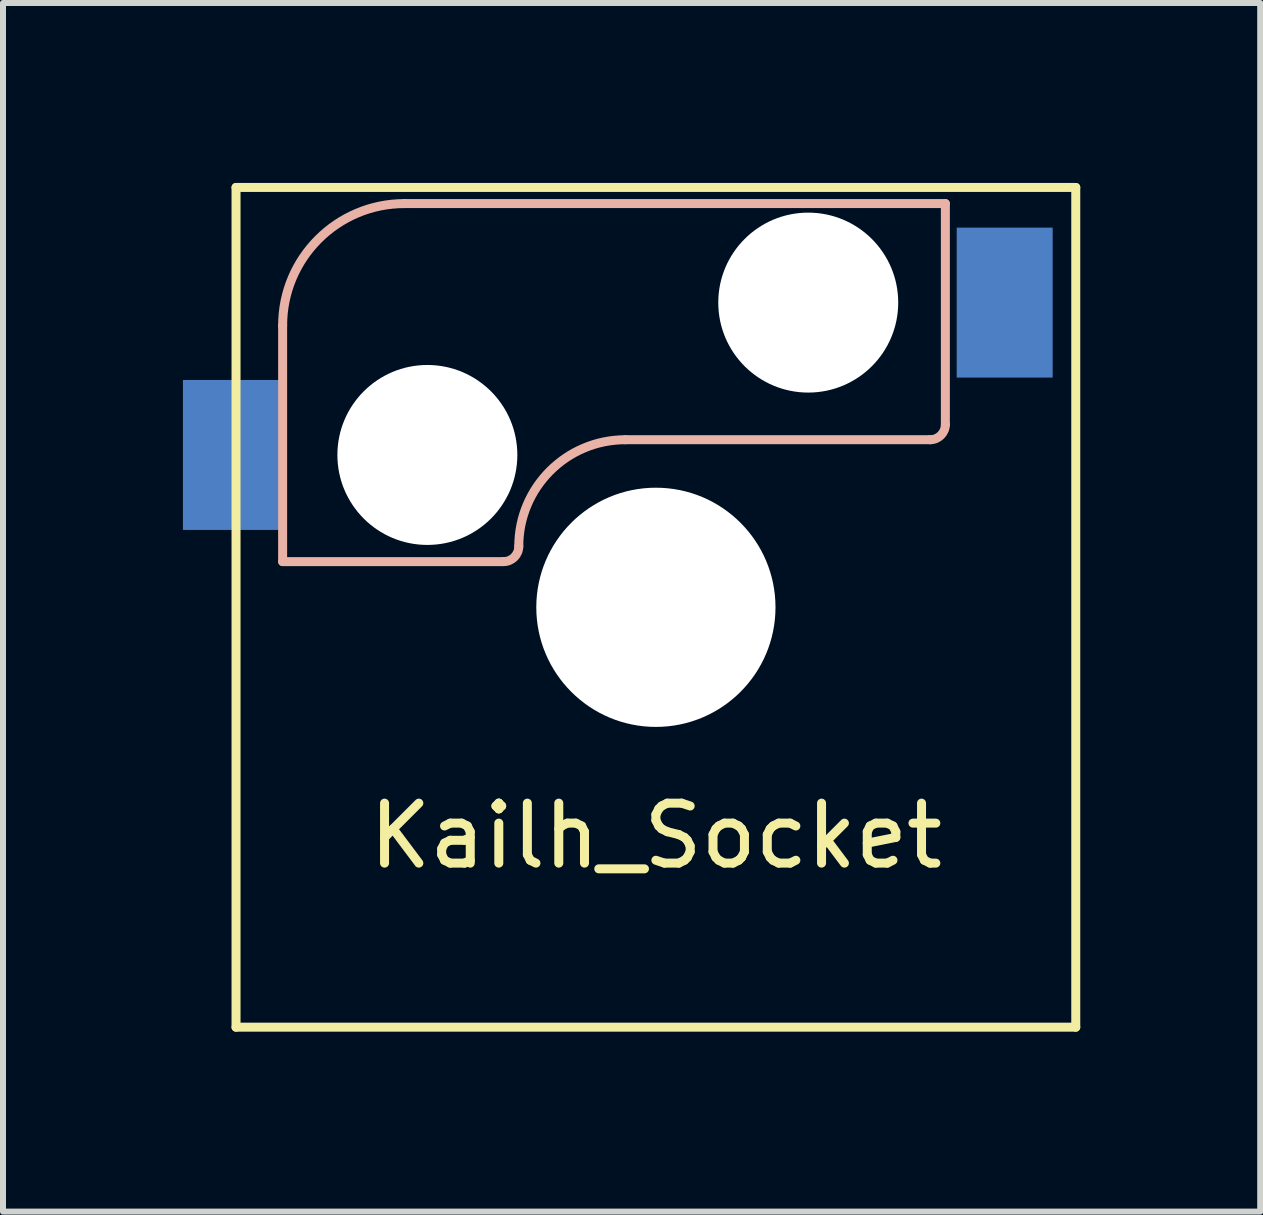
<source format=kicad_pcb>
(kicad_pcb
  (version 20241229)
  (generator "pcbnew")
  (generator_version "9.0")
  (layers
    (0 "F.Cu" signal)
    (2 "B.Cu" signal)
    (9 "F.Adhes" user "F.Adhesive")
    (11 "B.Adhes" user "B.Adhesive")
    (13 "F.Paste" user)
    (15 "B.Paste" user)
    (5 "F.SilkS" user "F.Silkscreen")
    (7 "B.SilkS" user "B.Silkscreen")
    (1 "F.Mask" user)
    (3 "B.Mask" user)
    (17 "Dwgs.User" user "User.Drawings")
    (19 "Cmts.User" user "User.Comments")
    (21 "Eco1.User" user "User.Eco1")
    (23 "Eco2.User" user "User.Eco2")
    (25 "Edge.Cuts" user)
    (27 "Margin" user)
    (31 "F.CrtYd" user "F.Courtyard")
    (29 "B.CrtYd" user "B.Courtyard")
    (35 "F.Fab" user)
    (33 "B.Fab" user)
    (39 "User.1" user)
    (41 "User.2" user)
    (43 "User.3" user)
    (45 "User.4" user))
  (footprint "Kailh_Socket"
    (layer "F.Cu")
    (at 7.885 7.075)
    (property "Reference" "Kailh_Socket" (at 0 3.81 0) (layer "F.SilkS") (effects (font (size 1 1) (thickness 0.15))))
    (attr through_hole)
    (fp_line (start -7 -7) (end 7 -7) (stroke (width 0.15) (type solid)) (layer "F.SilkS"))
    (fp_line (start -7 7) (end -7 -7) (stroke (width 0.15) (type solid)) (layer "F.SilkS"))
    (fp_line (start -7 7) (end 7 7) (stroke (width 0.15) (type solid)) (layer "F.SilkS"))
    (fp_line (start 7 7) (end 7 -7) (stroke (width 0.15) (type solid)) (layer "F.SilkS"))
    (fp_line (start -6.223 -4.699) (end -6.223 -0.762) (stroke (width 0.15) (type solid)) (layer "B.SilkS"))
    (fp_line (start -6.223 -0.762) (end -2.54 -0.762) (stroke (width 0.15) (type solid)) (layer "B.SilkS"))
    (fp_line (start -0.508 -2.794) (end 4.572 -2.794) (stroke (width 0.15) (type solid)) (layer "B.SilkS"))
    (fp_line (start 4.826 -6.731) (end -4.191 -6.731) (stroke (width 0.15) (type solid)) (layer "B.SilkS"))
    (fp_line (start 4.826 -3.048) (end 4.826 -6.731) (stroke (width 0.15) (type solid)) (layer "B.SilkS"))
    (fp_arc (start -6.223 -4.699) (mid -5.627841 -6.135841) (end -4.191 -6.731) (stroke (width 0.15) (type solid)) (layer "B.SilkS"))
    (fp_arc (start -2.286 -1.016) (mid -2.360395 -0.836395) (end -2.54 -0.762) (stroke (width 0.15) (type solid)) (layer "B.SilkS"))
    (fp_arc (start -2.286 -1.016) (mid -1.765236 -2.273236) (end -0.508 -2.794) (stroke (width 0.15) (type solid)) (layer "B.SilkS"))
    (fp_arc (start 4.826 -3.048) (mid 4.751605 -2.868395) (end 4.572 -2.794) (stroke (width 0.15) (type solid)) (layer "B.SilkS"))
    (pad "" np_thru_hole circle (at -3.81 -2.54) (size 3 3) (drill 3) (layers "*.Cu" "*.Mask"))
    (pad "" np_thru_hole circle (at 0 0) (size 3.988 3.988) (drill 3.988) (layers "*.Cu" "*.Mask"))
    (pad "" np_thru_hole circle (at 2.54 -5.08) (size 3 3) (drill 3) (layers "*.Cu" "*.Mask"))
    (pad "1" smd rect (at -7.085 -2.54) (size 1.6 2.5) (layers "B.Cu" "B.Mask" "B.Paste"))
    (pad "2" smd rect (at 5.815 -5.08) (size 1.6 2.5) (layers "B.Cu" "B.Mask" "B.Paste")))
  (gr_rect
    (start -3 -3)
    (end 17.96 17.15)
    (stroke (width 0.1) (type default))
    (fill no)
    (layer "Edge.Cuts")))
</source>
